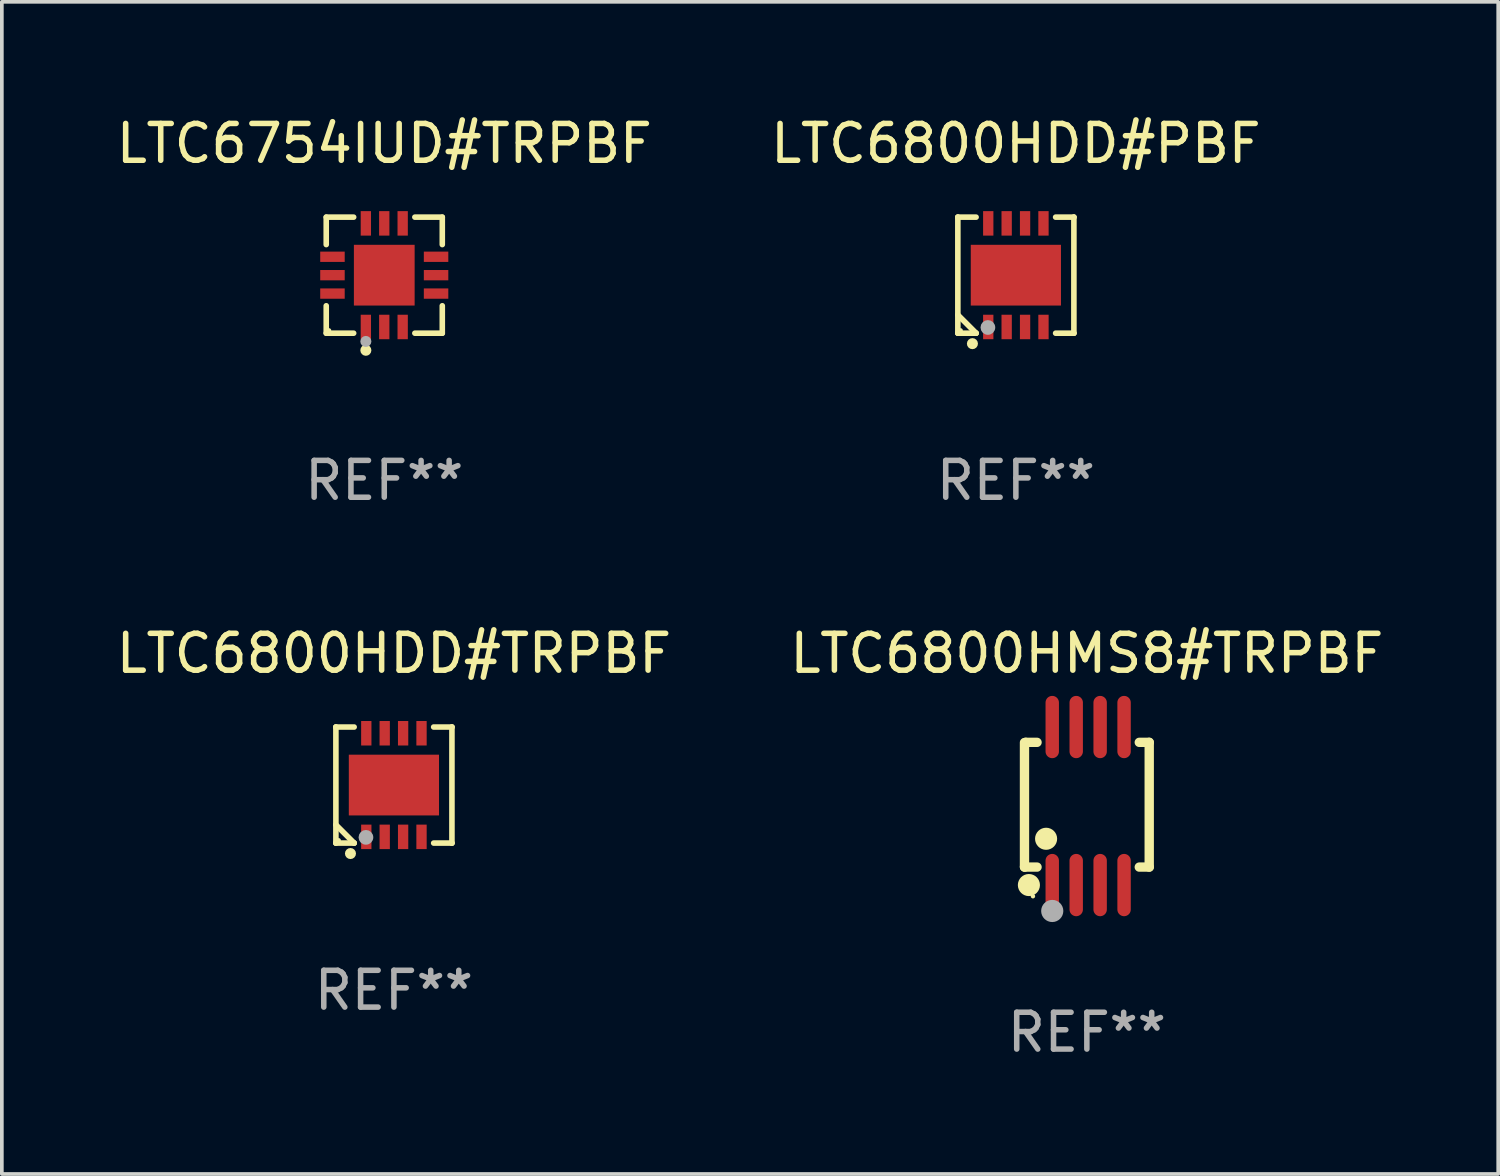
<source format=kicad_pcb>
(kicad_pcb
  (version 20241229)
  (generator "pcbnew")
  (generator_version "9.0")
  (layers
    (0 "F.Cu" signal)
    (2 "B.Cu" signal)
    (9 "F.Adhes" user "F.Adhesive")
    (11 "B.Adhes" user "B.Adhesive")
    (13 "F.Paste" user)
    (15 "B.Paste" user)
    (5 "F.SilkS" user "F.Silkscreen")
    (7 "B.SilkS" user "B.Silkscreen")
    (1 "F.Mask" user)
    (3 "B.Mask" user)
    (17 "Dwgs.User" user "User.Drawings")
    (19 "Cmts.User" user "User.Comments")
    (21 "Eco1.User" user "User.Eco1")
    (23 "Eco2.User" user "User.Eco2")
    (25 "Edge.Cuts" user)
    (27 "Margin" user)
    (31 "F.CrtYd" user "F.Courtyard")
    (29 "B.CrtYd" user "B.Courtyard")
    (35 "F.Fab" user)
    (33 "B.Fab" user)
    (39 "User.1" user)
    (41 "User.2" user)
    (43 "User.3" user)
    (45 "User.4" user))
  (footprint "LTC6754IUD#TRPBF"
    (layer "F.Cu")
    (at 7.387 4.424)
    (property "Reference" "LTC6754IUD#TRPBF" (at 0 -3.576 0) (layer "F.SilkS") (effects (font (size 1 1) (thickness 0.15))))
    (attr through_hole)
    (fp_line (start -1.576 -1.576) (end -0.831 -1.576) (stroke (width 0.152) (type solid)) (layer "F.SilkS"))
    (fp_line (start -1.576 -0.831) (end -1.576 -1.576) (stroke (width 0.152) (type solid)) (layer "F.SilkS"))
    (fp_line (start -1.576 0.831) (end -1.576 1.576) (stroke (width 0.152) (type solid)) (layer "F.SilkS"))
    (fp_line (start -1.576 1.576) (end -0.831 1.576) (stroke (width 0.152) (type solid)) (layer "F.SilkS"))
    (fp_line (start 1.576 -1.576) (end 0.831 -1.576) (stroke (width 0.152) (type solid)) (layer "F.SilkS"))
    (fp_line (start 1.576 -0.831) (end 1.576 -1.576) (stroke (width 0.152) (type solid)) (layer "F.SilkS"))
    (fp_line (start 1.576 0.831) (end 1.576 1.576) (stroke (width 0.152) (type solid)) (layer "F.SilkS"))
    (fp_line (start 1.576 1.576) (end 0.831 1.576) (stroke (width 0.152) (type solid)) (layer "F.SilkS"))
    (fp_circle (center -1.5 1.5) (end -1.47 1.5) (stroke (width 0.06) (type solid)) (fill no) (layer "F.SilkS"))
    (fp_circle (center -0.5 2.04) (end -0.425 2.04) (stroke (width 0.15) (type solid)) (fill no) (layer "F.SilkS"))
    (fp_circle (center -0.5 1.8) (end -0.425 1.8) (stroke (width 0.15) (type solid)) (fill no) (layer "F.Fab"))
    (fp_text user "REF**" (at 0 5.576 0) (layer "F.Fab") (effects (font (size 1 1) (thickness 0.15))))
    (pad "1" smd rect (at -0.5 1.407) (size 0.28 0.665) (layers "F.Cu" "F.Mask" "F.Paste"))
    (pad "2" smd rect (at 0 1.407) (size 0.28 0.665) (layers "F.Cu" "F.Mask" "F.Paste"))
    (pad "3" smd rect (at 0.5 1.407) (size 0.28 0.665) (layers "F.Cu" "F.Mask" "F.Paste"))
    (pad "4" smd rect (at 1.407 0.5) (size 0.665 0.28) (layers "F.Cu" "F.Mask" "F.Paste"))
    (pad "5" smd rect (at 1.407 0) (size 0.665 0.28) (layers "F.Cu" "F.Mask" "F.Paste"))
    (pad "6" smd rect (at 1.407 -0.5) (size 0.665 0.28) (layers "F.Cu" "F.Mask" "F.Paste"))
    (pad "7" smd rect (at 0.5 -1.407) (size 0.28 0.665) (layers "F.Cu" "F.Mask" "F.Paste"))
    (pad "8" smd rect (at 0 -1.407) (size 0.28 0.665) (layers "F.Cu" "F.Mask" "F.Paste"))
    (pad "9" smd rect (at -0.5 -1.407) (size 0.28 0.665) (layers "F.Cu" "F.Mask" "F.Paste"))
    (pad "10" smd rect (at -1.407 -0.5) (size 0.665 0.28) (layers "F.Cu" "F.Mask" "F.Paste"))
    (pad "11" smd rect (at -1.407 0) (size 0.665 0.28) (layers "F.Cu" "F.Mask" "F.Paste"))
    (pad "12" smd rect (at -1.407 0.5) (size 0.665 0.28) (layers "F.Cu" "F.Mask" "F.Paste"))
    (pad "13" smd rect (at 0 0) (size 1.65 1.65) (layers "F.Cu" "F.Mask" "F.Paste")))
  (footprint "LTC6800HDD#PBF"
    (layer "F.Cu")
    (at 24.542 4.424)
    (property "Reference" "LTC6800HDD#PBF" (at 0 -3.576 0) (layer "F.SilkS") (effects (font (size 1 1) (thickness 0.15))))
    (attr through_hole)
    (fp_line (start -1.576 -1.576) (end -1.576 -1.576) (stroke (width 0.152) (type solid)) (layer "F.SilkS"))
    (fp_line (start -1.576 -1.576) (end -1.08 -1.576) (stroke (width 0.152) (type solid)) (layer "F.SilkS"))
    (fp_line (start -1.576 1.576) (end -1.576 -1.576) (stroke (width 0.152) (type solid)) (layer "F.SilkS"))
    (fp_line (start -1.576 1.576) (end -1.576 1.576) (stroke (width 0.152) (type solid)) (layer "F.SilkS"))
    (fp_line (start -1.08 1.575) (end -1.576 1.079) (stroke (width 0.152) (type solid)) (layer "F.SilkS"))
    (fp_line (start -1.08 1.576) (end -1.576 1.576) (stroke (width 0.152) (type solid)) (layer "F.SilkS"))
    (fp_line (start -1.08 1.576) (end -1.08 1.575) (stroke (width 0.152) (type solid)) (layer "F.SilkS"))
    (fp_line (start 1.08 1.576) (end 1.576 1.576) (stroke (width 0.152) (type solid)) (layer "F.SilkS"))
    (fp_line (start 1.576 -1.576) (end 1.08 -1.576) (stroke (width 0.152) (type solid)) (layer "F.SilkS"))
    (fp_line (start 1.576 -1.576) (end 1.576 -1.576) (stroke (width 0.152) (type solid)) (layer "F.SilkS"))
    (fp_line (start 1.576 1.576) (end 1.576 -1.576) (stroke (width 0.152) (type solid)) (layer "F.SilkS"))
    (fp_line (start 1.576 1.576) (end 1.576 1.576) (stroke (width 0.152) (type solid)) (layer "F.SilkS"))
    (fp_circle (center -1.5 1.5) (end -1.47 1.5) (stroke (width 0.06) (type solid)) (fill no) (layer "F.SilkS"))
    (fp_circle (center -1.18 1.86) (end -1.105 1.86) (stroke (width 0.15) (type solid)) (fill no) (layer "F.SilkS"))
    (fp_circle (center -0.76 1.42) (end -0.66 1.42) (stroke (width 0.2) (type solid)) (fill no) (layer "F.Fab"))
    (fp_text user "REF**" (at 0 5.576 0) (layer "F.Fab") (effects (font (size 1 1) (thickness 0.15))))
    (pad "1" smd rect (at -0.75 1.407) (size 0.28 0.665) (layers "F.Cu" "F.Mask" "F.Paste"))
    (pad "2" smd rect (at -0.25 1.407) (size 0.28 0.665) (layers "F.Cu" "F.Mask" "F.Paste"))
    (pad "3" smd rect (at 0.25 1.407) (size 0.28 0.665) (layers "F.Cu" "F.Mask" "F.Paste"))
    (pad "4" smd rect (at 0.75 1.407) (size 0.28 0.665) (layers "F.Cu" "F.Mask" "F.Paste"))
    (pad "5" smd rect (at 0.75 -1.407) (size 0.28 0.665) (layers "F.Cu" "F.Mask" "F.Paste"))
    (pad "6" smd rect (at 0.25 -1.407) (size 0.28 0.665) (layers "F.Cu" "F.Mask" "F.Paste"))
    (pad "7" smd rect (at -0.25 -1.407) (size 0.28 0.665) (layers "F.Cu" "F.Mask" "F.Paste"))
    (pad "8" smd rect (at -0.75 -1.407) (size 0.28 0.665) (layers "F.Cu" "F.Mask" "F.Paste"))
    (pad "9" smd rect (at 0 0) (size 2.45 1.65) (layers "F.Cu" "F.Mask" "F.Paste")))
  (footprint "LTC6800HMS8#TRPBF"
    (layer "F.Cu")
    (at 26.47 18.843)
    (property "Reference" "LTC6800HMS8#TRPBF" (at 0 -4.146 0) (layer "F.SilkS") (effects (font (size 1 1) (thickness 0.15))))
    (attr through_hole)
    (fp_line (start -1.694 -1.724) (end -1.694 1.652) (stroke (width 0.254) (type solid)) (layer "F.SilkS"))
    (fp_line (start -1.694 1.652) (end -1.688 1.658) (stroke (width 0.254) (type solid)) (layer "F.SilkS"))
    (fp_line (start -1.688 1.658) (end -1.353 1.658) (stroke (width 0.254) (type solid)) (layer "F.SilkS"))
    (fp_line (start -1.661 -1.73) (end -1.681 -1.71) (stroke (width 0.254) (type solid)) (layer "F.SilkS"))
    (fp_line (start -1.353 -1.73) (end -1.661 -1.73) (stroke (width 0.254) (type solid)) (layer "F.SilkS"))
    (fp_line (start 1.424 1.658) (end 1.694 1.658) (stroke (width 0.254) (type solid)) (layer "F.SilkS"))
    (fp_line (start 1.694 -1.73) (end 1.424 -1.73) (stroke (width 0.254) (type solid)) (layer "F.SilkS"))
    (fp_line (start 1.694 1.658) (end 1.694 -1.73) (stroke (width 0.254) (type solid)) (layer "F.SilkS"))
    (fp_circle (center -1.574 2.146) (end -1.424 2.146) (stroke (width 0.3) (type solid)) (fill no) (layer "F.SilkS"))
    (fp_circle (center -1.464 2.45) (end -1.434 2.45) (stroke (width 0.06) (type solid)) (fill no) (layer "F.SilkS"))
    (fp_circle (center -1.107 0.889) (end -0.957 0.889) (stroke (width 0.3) (type solid)) (fill no) (layer "F.SilkS"))
    (fp_circle (center -0.94 2.85) (end -0.789 2.85) (stroke (width 0.3) (type solid)) (fill no) (layer "F.Fab"))
    (fp_text user "REF**" (at 0 6.146 0) (layer "F.Fab") (effects (font (size 1 1) (thickness 0.15))))
    (pad "1" smd oval (at -0.94 2.146) (size 0.364 1.692) (layers "F.Cu" "F.Mask" "F.Paste"))
    (pad "2" smd oval (at -0.289 2.146) (size 0.364 1.692) (layers "F.Cu" "F.Mask" "F.Paste"))
    (pad "3" smd oval (at 0.361 2.146) (size 0.364 1.692) (layers "F.Cu" "F.Mask" "F.Paste"))
    (pad "4" smd oval (at 1.011 2.146) (size 0.364 1.692) (layers "F.Cu" "F.Mask" "F.Paste"))
    (pad "5" smd oval (at 1.011 -2.146) (size 0.364 1.692) (layers "F.Cu" "F.Mask" "F.Paste"))
    (pad "6" smd oval (at 0.361 -2.146) (size 0.364 1.692) (layers "F.Cu" "F.Mask" "F.Paste"))
    (pad "7" smd oval (at -0.289 -2.146) (size 0.364 1.692) (layers "F.Cu" "F.Mask" "F.Paste"))
    (pad "8" smd oval (at -0.94 -2.146) (size 0.364 1.692) (layers "F.Cu" "F.Mask" "F.Paste")))
  (footprint "LTC6800HDD#TRPBF"
    (layer "F.Cu")
    (at 7.649 18.273)
    (property "Reference" "LTC6800HDD#TRPBF" (at 0 -3.576 0) (layer "F.SilkS") (effects (font (size 1 1) (thickness 0.15))))
    (attr through_hole)
    (fp_line (start -1.576 -1.576) (end -1.576 -1.576) (stroke (width 0.152) (type solid)) (layer "F.SilkS"))
    (fp_line (start -1.576 -1.576) (end -1.08 -1.576) (stroke (width 0.152) (type solid)) (layer "F.SilkS"))
    (fp_line (start -1.576 1.576) (end -1.576 -1.576) (stroke (width 0.152) (type solid)) (layer "F.SilkS"))
    (fp_line (start -1.576 1.576) (end -1.576 1.576) (stroke (width 0.152) (type solid)) (layer "F.SilkS"))
    (fp_line (start -1.08 1.575) (end -1.576 1.079) (stroke (width 0.152) (type solid)) (layer "F.SilkS"))
    (fp_line (start -1.08 1.576) (end -1.576 1.576) (stroke (width 0.152) (type solid)) (layer "F.SilkS"))
    (fp_line (start -1.08 1.576) (end -1.08 1.575) (stroke (width 0.152) (type solid)) (layer "F.SilkS"))
    (fp_line (start 1.08 1.576) (end 1.576 1.576) (stroke (width 0.152) (type solid)) (layer "F.SilkS"))
    (fp_line (start 1.576 -1.576) (end 1.08 -1.576) (stroke (width 0.152) (type solid)) (layer "F.SilkS"))
    (fp_line (start 1.576 -1.576) (end 1.576 -1.576) (stroke (width 0.152) (type solid)) (layer "F.SilkS"))
    (fp_line (start 1.576 1.576) (end 1.576 -1.576) (stroke (width 0.152) (type solid)) (layer "F.SilkS"))
    (fp_line (start 1.576 1.576) (end 1.576 1.576) (stroke (width 0.152) (type solid)) (layer "F.SilkS"))
    (fp_circle (center -1.5 1.5) (end -1.47 1.5) (stroke (width 0.06) (type solid)) (fill no) (layer "F.SilkS"))
    (fp_circle (center -1.18 1.86) (end -1.105 1.86) (stroke (width 0.15) (type solid)) (fill no) (layer "F.SilkS"))
    (fp_circle (center -0.76 1.42) (end -0.66 1.42) (stroke (width 0.2) (type solid)) (fill no) (layer "F.Fab"))
    (fp_text user "REF**" (at 0 5.576 0) (layer "F.Fab") (effects (font (size 1 1) (thickness 0.15))))
    (pad "1" smd rect (at -0.75 1.407) (size 0.28 0.665) (layers "F.Cu" "F.Mask" "F.Paste"))
    (pad "2" smd rect (at -0.25 1.407) (size 0.28 0.665) (layers "F.Cu" "F.Mask" "F.Paste"))
    (pad "3" smd rect (at 0.25 1.407) (size 0.28 0.665) (layers "F.Cu" "F.Mask" "F.Paste"))
    (pad "4" smd rect (at 0.75 1.407) (size 0.28 0.665) (layers "F.Cu" "F.Mask" "F.Paste"))
    (pad "5" smd rect (at 0.75 -1.407) (size 0.28 0.665) (layers "F.Cu" "F.Mask" "F.Paste"))
    (pad "6" smd rect (at 0.25 -1.407) (size 0.28 0.665) (layers "F.Cu" "F.Mask" "F.Paste"))
    (pad "7" smd rect (at -0.25 -1.407) (size 0.28 0.665) (layers "F.Cu" "F.Mask" "F.Paste"))
    (pad "8" smd rect (at -0.75 -1.407) (size 0.28 0.665) (layers "F.Cu" "F.Mask" "F.Paste"))
    (pad "9" smd rect (at 0 0) (size 2.45 1.65) (layers "F.Cu" "F.Mask" "F.Paste")))
  (gr_rect
    (start -3 -3)
    (end 37.643 28.837)
    (stroke (width 0.1) (type default))
    (fill no)
    (layer "Edge.Cuts")))
</source>
